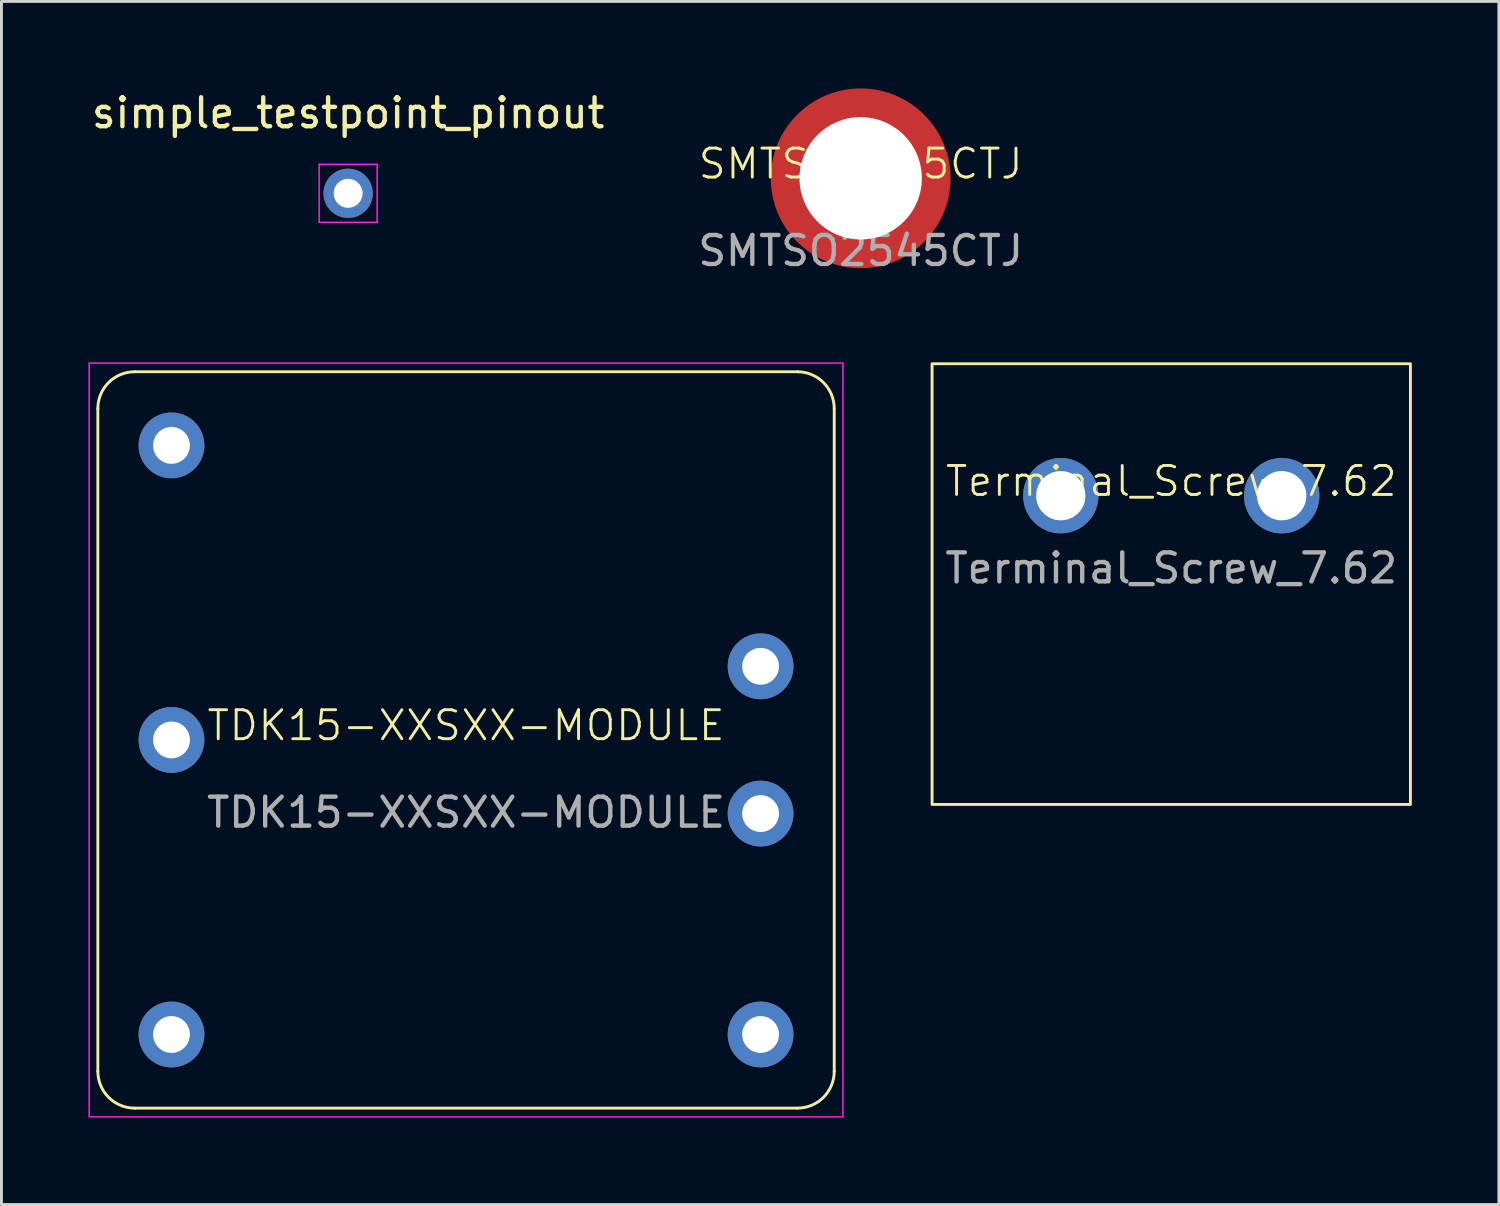
<source format=kicad_pcb>
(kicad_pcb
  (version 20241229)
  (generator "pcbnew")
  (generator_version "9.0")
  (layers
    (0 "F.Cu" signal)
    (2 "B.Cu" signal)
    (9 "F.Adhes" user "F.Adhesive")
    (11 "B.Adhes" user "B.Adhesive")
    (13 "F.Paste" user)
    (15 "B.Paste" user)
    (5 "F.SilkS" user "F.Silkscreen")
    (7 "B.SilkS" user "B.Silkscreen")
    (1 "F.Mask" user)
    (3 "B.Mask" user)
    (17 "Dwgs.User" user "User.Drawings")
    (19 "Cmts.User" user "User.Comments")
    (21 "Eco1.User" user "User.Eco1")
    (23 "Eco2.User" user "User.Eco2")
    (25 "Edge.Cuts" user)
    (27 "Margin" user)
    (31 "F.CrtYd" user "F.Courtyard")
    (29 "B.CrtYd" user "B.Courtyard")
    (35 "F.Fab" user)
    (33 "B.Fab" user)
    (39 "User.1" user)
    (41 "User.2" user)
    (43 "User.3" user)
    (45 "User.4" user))
  (footprint "Terminal_Screw_7.62"
    (layer "F.Cu")
    (at 37.35 14.048)
    (property "Reference" "Terminal_Screw_7.62" (at 0 -0.5 0) (unlocked yes) (layer "F.SilkS") (effects (font (size 1 1) (thickness 0.1))))
    (attr smd)
    (fp_rect (start -8.25 -4.55) (end 8.25 10.65) (stroke (width 0.1) (type default)) (fill no) (layer "F.SilkS"))
    (fp_text user "${REFERENCE}" (at 0 2.5 0) (unlocked yes) (layer "F.Fab") (effects (font (size 1 1) (thickness 0.15))))
    (pad "1" thru_hole circle (at -3.81 0) (size 2.6 2.6) (drill 1.7) (layers "*.Cu" "*.Mask"))
    (pad "2" thru_hole circle (at 3.81 0) (size 2.6 2.6) (drill 1.7) (layers "*.Cu" "*.Mask")))
  (footprint "SMTSO2545CTJ"
    (layer "F.Cu")
    (at 26.637 3.1)
    (property "Reference" "SMTSO2545CTJ" (at 0 -0.5 0) (unlocked yes) (layer "F.SilkS") (effects (font (size 1 1) (thickness 0.1))))
    (attr smd)
    (fp_arc (start -2.251666 -1.3) (mid -1.837377 -1.839577) (end -1.297304 -2.25322) (stroke (width 0.75) (type default)) (layer "F.Paste"))
    (fp_arc (start -2.251666 1.3) (mid -2.511809 0.671426) (end -2.599998 -0.003112) (stroke (width 0.75) (type default)) (layer "F.Paste"))
    (fp_arc (start 0 -2.6) (mid 0.674432 -2.511004) (end 1.302694 -2.250108) (stroke (width 0.75) (type default)) (layer "F.Paste"))
    (fp_arc (start 0 2.6) (mid -0.674432 2.511004) (end -1.302694 2.250108) (stroke (width 0.75) (type default)) (layer "F.Paste"))
    (fp_arc (start 2.251666 -1.3) (mid 2.511809 -0.671426) (end 2.599998 0.003112) (stroke (width 0.75) (type default)) (layer "F.Paste"))
    (fp_arc (start 2.251666 1.3) (mid 1.837377 1.839577) (end 1.297304 2.25322) (stroke (width 0.75) (type default)) (layer "F.Paste"))
    (fp_text user "${REFERENCE}" (at 0 2.5 0) (unlocked yes) (layer "F.Fab") (effects (font (size 1 1) (thickness 0.15))))
    (pad "" np_thru_hole circle (at 0 0) (size 6.2 6.2) (drill 4.22) (layers "F.Cu" "F.Mask")))
  (footprint "TDK15-XXSXX-MODULE"
    (layer "F.Cu")
    (at 13.025 22.473)
    (property "Reference" "TDK15-XXSXX-MODULE" (at 0 -0.5 0) (unlocked yes) (layer "F.SilkS") (effects (font (size 1 1) (thickness 0.1))))
    (attr smd)
    (fp_line (start -12.7 11.43) (end -12.7 -11.43) (stroke (width 0.1) (type default)) (layer "F.SilkS"))
    (fp_line (start -11.43 -12.7) (end 11.43 -12.7) (stroke (width 0.1) (type default)) (layer "F.SilkS"))
    (fp_line (start 11.43 12.7) (end -11.43 12.7) (stroke (width 0.1) (type default)) (layer "F.SilkS"))
    (fp_line (start 12.7 -11.43) (end 12.7 11.43) (stroke (width 0.1) (type default)) (layer "F.SilkS"))
    (fp_arc (start -12.7 -11.43) (mid -12.328026 -12.328026) (end -11.43 -12.7) (stroke (width 0.1) (type default)) (layer "F.SilkS"))
    (fp_arc (start -11.43 12.7) (mid -12.328026 12.328026) (end -12.7 11.43) (stroke (width 0.1) (type default)) (layer "F.SilkS"))
    (fp_arc (start 11.43 -12.7) (mid 12.328026 -12.328026) (end 12.7 -11.43) (stroke (width 0.1) (type default)) (layer "F.SilkS"))
    (fp_arc (start 12.7 11.43) (mid 12.328026 12.328026) (end 11.43 12.7) (stroke (width 0.1) (type default)) (layer "F.SilkS"))
    (fp_rect (start -13 -13) (end 13 13) (stroke (width 0.05) (type default)) (fill no) (layer "F.CrtYd"))
    (fp_text user "${REFERENCE}" (at 0 2.5 0) (unlocked yes) (layer "F.Fab") (effects (font (size 1 1) (thickness 0.15))))
    (pad "1" thru_hole circle (at 10.16 -2.54) (size 2.27 2.27) (drill 1.27) (layers "*.Cu" "*.Mask"))
    (pad "2" thru_hole circle (at 10.16 2.54) (size 2.27 2.27) (drill 1.27) (layers "*.Cu" "*.Mask"))
    (pad "3" thru_hole circle (at 10.16 10.16) (size 2.27 2.27) (drill 1.27) (layers "*.Cu" "*.Mask"))
    (pad "4" thru_hole circle (at -10.16 10.16) (size 2.27 2.27) (drill 1.27) (layers "*.Cu" "*.Mask"))
    (pad "5" thru_hole circle (at -10.16 0) (size 2.27 2.27) (drill 1.27) (layers "*.Cu" "*.Mask"))
    (pad "6" thru_hole circle (at -10.16 -10.16) (size 2.27 2.27) (drill 1.27) (layers "*.Cu" "*.Mask")))
  (footprint "simple_testpoint_pinout"
    (layer "F.Cu")
    (at 8.958 3.618)
    (property "Reference" "simple_testpoint_pinout" (at 0 -2.77 0) (layer "F.SilkS") (effects (font (size 1 1) (thickness 0.15))))
    (attr exclude_from_pos_files exclude_from_bom dnp)
    (fp_line (start -1 -1) (end 1 -1) (stroke (width 0.05) (type solid)) (layer "F.CrtYd"))
    (fp_line (start -1 1) (end -1 -1) (stroke (width 0.05) (type solid)) (layer "F.CrtYd"))
    (fp_line (start 1 -1) (end 1 1) (stroke (width 0.05) (type solid)) (layer "F.CrtYd"))
    (fp_line (start 1 1) (end -1 1) (stroke (width 0.05) (type solid)) (layer "F.CrtYd"))
    (pad "1" thru_hole circle (at 0 0) (size 1.7 1.7) (drill 1) (layers "*.Cu" "*.Mask")))
  (gr_rect
    (start -3 -3)
    (end 48.65 38.498)
    (stroke (width 0.1) (type default))
    (fill no)
    (layer "Edge.Cuts")))
</source>
